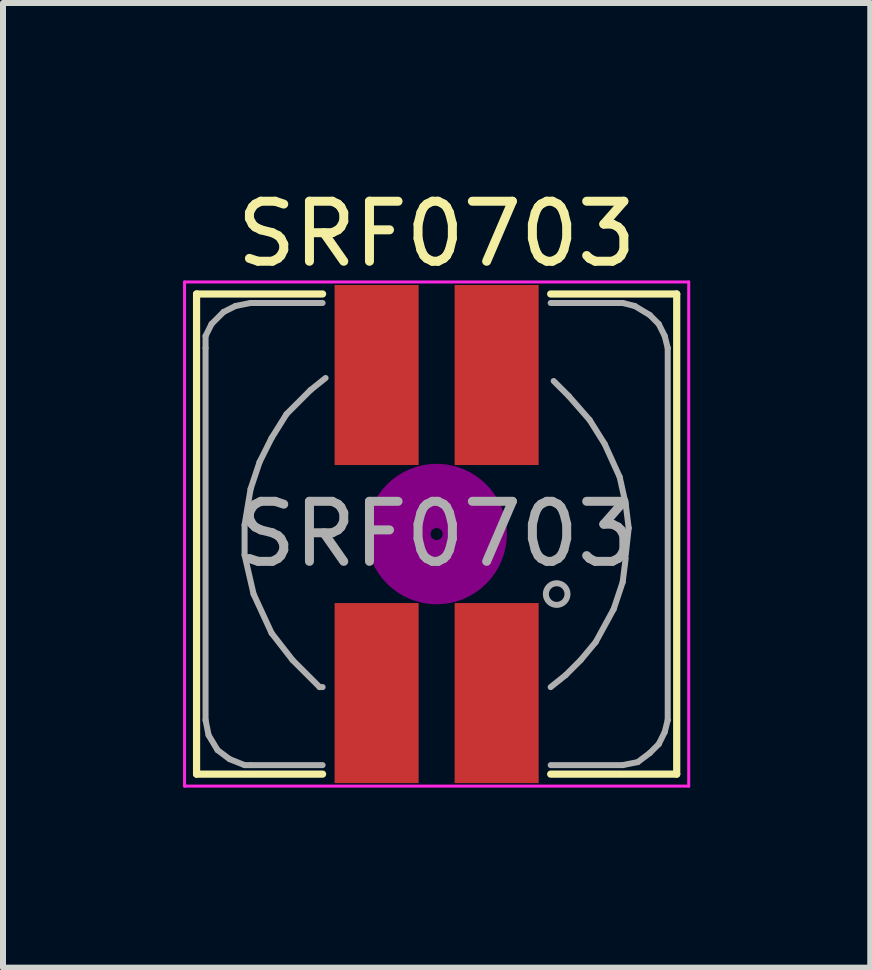
<source format=kicad_pcb>
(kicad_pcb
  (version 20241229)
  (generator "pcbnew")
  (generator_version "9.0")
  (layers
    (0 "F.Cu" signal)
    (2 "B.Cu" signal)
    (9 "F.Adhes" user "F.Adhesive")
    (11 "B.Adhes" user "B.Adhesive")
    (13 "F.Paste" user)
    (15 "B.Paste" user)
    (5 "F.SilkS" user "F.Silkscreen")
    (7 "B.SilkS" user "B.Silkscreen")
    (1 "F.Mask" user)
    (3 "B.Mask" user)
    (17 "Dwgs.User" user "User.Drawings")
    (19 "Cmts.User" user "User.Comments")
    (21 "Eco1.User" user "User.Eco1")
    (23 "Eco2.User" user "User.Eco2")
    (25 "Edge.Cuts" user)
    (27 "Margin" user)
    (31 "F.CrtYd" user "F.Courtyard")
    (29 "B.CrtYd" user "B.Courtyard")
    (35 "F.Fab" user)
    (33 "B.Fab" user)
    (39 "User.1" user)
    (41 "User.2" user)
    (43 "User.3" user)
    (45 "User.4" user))
  (footprint "SRF0703"
    (layer "F.Cu")
    (at 4.225 5.848)
    (property "Reference" "SRF0703" (at 0 -5 0) (layer "F.SilkS") (effects (font (size 1 1) (thickness 0.15))))
    (attr smd)
    (fp_line (start -4 -4) (end -1.9 -4) (stroke (width 0.12) (type solid)) (layer "F.SilkS"))
    (fp_line (start -4 4) (end -4 -4) (stroke (width 0.12) (type solid)) (layer "F.SilkS"))
    (fp_line (start -1.9 4) (end -4 4) (stroke (width 0.12) (type solid)) (layer "F.SilkS"))
    (fp_line (start 1.9 -4) (end 4 -4) (stroke (width 0.12) (type solid)) (layer "F.SilkS"))
    (fp_line (start 4 -4) (end 4 4) (stroke (width 0.12) (type solid)) (layer "F.SilkS"))
    (fp_line (start 4 4) (end 1.9 4) (stroke (width 0.12) (type solid)) (layer "F.SilkS"))
    (fp_circle (center 0 0) (end 0.1 0) (stroke (width 0.3) (type solid)) (fill no) (layer "F.Adhes"))
    (fp_circle (center 0 0) (end 0.3 -0.1) (stroke (width 0.3) (type solid)) (fill no) (layer "F.Adhes"))
    (fp_circle (center 0 0) (end 0.6 0) (stroke (width 0.3) (type solid)) (fill no) (layer "F.Adhes"))
    (fp_circle (center 0 0) (end 0.8 -0.1) (stroke (width 0.3) (type solid)) (fill no) (layer "F.Adhes"))
    (fp_circle (center 0 0) (end 1 -0.2) (stroke (width 0.3) (type solid)) (fill no) (layer "F.Adhes"))
    (fp_circle (center 0.8 0) (end 0.8 0) (stroke (width 0.3) (type solid)) (fill no) (layer "F.Adhes"))
    (fp_line (start -4.2 -4.2) (end 4.2 -4.2) (stroke (width 0.05) (type solid)) (layer "F.CrtYd"))
    (fp_line (start -4.2 4.2) (end -4.2 -4.2) (stroke (width 0.05) (type solid)) (layer "F.CrtYd"))
    (fp_line (start 4.2 -4.2) (end 4.2 4.2) (stroke (width 0.05) (type solid)) (layer "F.CrtYd"))
    (fp_line (start 4.2 4.2) (end -4.2 4.2) (stroke (width 0.05) (type solid)) (layer "F.CrtYd"))
    (fp_line (start -3.85 -3.3) (end -3.85 -3.1) (stroke (width 0.1) (type solid)) (layer "F.Fab"))
    (fp_line (start -3.85 -3.1) (end -3.85 3.1) (stroke (width 0.1) (type solid)) (layer "F.Fab"))
    (fp_line (start -3.85 3.1) (end -3.8 3.35) (stroke (width 0.1) (type solid)) (layer "F.Fab"))
    (fp_line (start -3.8 3.35) (end -3.65 3.6) (stroke (width 0.1) (type solid)) (layer "F.Fab"))
    (fp_line (start -3.75 -3.5) (end -3.85 -3.3) (stroke (width 0.1) (type solid)) (layer "F.Fab"))
    (fp_line (start -3.65 3.6) (end -3.45 3.75) (stroke (width 0.1) (type solid)) (layer "F.Fab"))
    (fp_line (start -3.55 -3.7) (end -3.75 -3.5) (stroke (width 0.1) (type solid)) (layer "F.Fab"))
    (fp_line (start -3.45 3.75) (end -3.2 3.85) (stroke (width 0.1) (type solid)) (layer "F.Fab"))
    (fp_line (start -3.35 -3.8) (end -3.55 -3.7) (stroke (width 0.1) (type solid)) (layer "F.Fab"))
    (fp_line (start -3.2 -0.15) (end -3.2 0.35) (stroke (width 0.1) (type solid)) (layer "F.Fab"))
    (fp_line (start -3.2 0.35) (end -3.05 1) (stroke (width 0.1) (type solid)) (layer "F.Fab"))
    (fp_line (start -3.2 3.85) (end -3.1 3.85) (stroke (width 0.1) (type solid)) (layer "F.Fab"))
    (fp_line (start -3.1 -3.85) (end -3.35 -3.8) (stroke (width 0.1) (type solid)) (layer "F.Fab"))
    (fp_line (start -3.1 -0.75) (end -3.2 -0.15) (stroke (width 0.1) (type solid)) (layer "F.Fab"))
    (fp_line (start -3.1 3.85) (end -1.9 3.85) (stroke (width 0.1) (type solid)) (layer "F.Fab"))
    (fp_line (start -3.05 1) (end -2.75 1.65) (stroke (width 0.1) (type solid)) (layer "F.Fab"))
    (fp_line (start -2.95 -1.2) (end -3.1 -0.75) (stroke (width 0.1) (type solid)) (layer "F.Fab"))
    (fp_line (start -2.75 -1.6) (end -2.95 -1.2) (stroke (width 0.1) (type solid)) (layer "F.Fab"))
    (fp_line (start -2.75 1.65) (end -2.4 2.1) (stroke (width 0.1) (type solid)) (layer "F.Fab"))
    (fp_line (start -2.5 -2) (end -2.75 -1.6) (stroke (width 0.1) (type solid)) (layer "F.Fab"))
    (fp_line (start -2.4 2.1) (end -1.95 2.55) (stroke (width 0.1) (type solid)) (layer "F.Fab"))
    (fp_line (start -2.1 -2.4) (end -2.5 -2) (stroke (width 0.1) (type solid)) (layer "F.Fab"))
    (fp_line (start -1.95 2.55) (end -1.9 2.55) (stroke (width 0.1) (type solid)) (layer "F.Fab"))
    (fp_line (start -1.9 -3.85) (end -3.1 -3.85) (stroke (width 0.1) (type solid)) (layer "F.Fab"))
    (fp_line (start -1.85 -2.6) (end -2.1 -2.4) (stroke (width 0.1) (type solid)) (layer "F.Fab"))
    (fp_line (start 1.9 -3.85) (end 3.1 -3.85) (stroke (width 0.1) (type solid)) (layer "F.Fab"))
    (fp_line (start 1.95 -2.55) (end 2.2 -2.3) (stroke (width 0.1) (type solid)) (layer "F.Fab"))
    (fp_line (start 2.15 2.35) (end 1.9 2.55) (stroke (width 0.1) (type solid)) (layer "F.Fab"))
    (fp_line (start 2.2 -2.3) (end 2.55 -1.9) (stroke (width 0.1) (type solid)) (layer "F.Fab"))
    (fp_line (start 2.4 2.1) (end 2.15 2.35) (stroke (width 0.1) (type solid)) (layer "F.Fab"))
    (fp_line (start 2.55 -1.9) (end 2.8 -1.5) (stroke (width 0.1) (type solid)) (layer "F.Fab"))
    (fp_line (start 2.65 1.8) (end 2.4 2.1) (stroke (width 0.1) (type solid)) (layer "F.Fab"))
    (fp_line (start 2.8 -1.5) (end 3.05 -0.95) (stroke (width 0.1) (type solid)) (layer "F.Fab"))
    (fp_line (start 2.95 1.25) (end 2.65 1.8) (stroke (width 0.1) (type solid)) (layer "F.Fab"))
    (fp_line (start 3.05 -0.95) (end 3.15 -0.5) (stroke (width 0.1) (type solid)) (layer "F.Fab"))
    (fp_line (start 3.1 -3.85) (end 3.3 -3.8) (stroke (width 0.1) (type solid)) (layer "F.Fab"))
    (fp_line (start 3.1 0.8) (end 2.95 1.25) (stroke (width 0.1) (type solid)) (layer "F.Fab"))
    (fp_line (start 3.1 3.85) (end 1.9 3.85) (stroke (width 0.1) (type solid)) (layer "F.Fab"))
    (fp_line (start 3.15 -0.5) (end 3.2 -0.1) (stroke (width 0.1) (type solid)) (layer "F.Fab"))
    (fp_line (start 3.15 0.4) (end 3.1 0.8) (stroke (width 0.1) (type solid)) (layer "F.Fab"))
    (fp_line (start 3.2 -0.1) (end 3.15 0.35) (stroke (width 0.1) (type solid)) (layer "F.Fab"))
    (fp_line (start 3.3 -3.8) (end 3.55 -3.65) (stroke (width 0.1) (type solid)) (layer "F.Fab"))
    (fp_line (start 3.35 3.8) (end 3.1 3.85) (stroke (width 0.1) (type solid)) (layer "F.Fab"))
    (fp_line (start 3.55 -3.65) (end 3.7 -3.5) (stroke (width 0.1) (type solid)) (layer "F.Fab"))
    (fp_line (start 3.55 3.65) (end 3.35 3.8) (stroke (width 0.1) (type solid)) (layer "F.Fab"))
    (fp_line (start 3.7 -3.5) (end 3.8 -3.3) (stroke (width 0.1) (type solid)) (layer "F.Fab"))
    (fp_line (start 3.7 3.5) (end 3.55 3.65) (stroke (width 0.1) (type solid)) (layer "F.Fab"))
    (fp_line (start 3.8 -3.3) (end 3.85 -3.1) (stroke (width 0.1) (type solid)) (layer "F.Fab"))
    (fp_line (start 3.8 3.3) (end 3.7 3.5) (stroke (width 0.1) (type solid)) (layer "F.Fab"))
    (fp_line (start 3.85 -3.1) (end 3.85 3.1) (stroke (width 0.1) (type solid)) (layer "F.Fab"))
    (fp_line (start 3.85 3.1) (end 3.8 3.3) (stroke (width 0.1) (type solid)) (layer "F.Fab"))
    (fp_circle (center 2 1) (end 2.15 0.9) (stroke (width 0.1) (type solid)) (fill no) (layer "F.Fab"))
    (fp_text user "${REFERENCE}" (at 0 0 0) (layer "F.Fab") (effects (font (size 1 1) (thickness 0.15))))
    (pad "1" smd rect (at -1 -2.65) (size 1.4 3) (layers "F.Cu" "F.Mask" "F.Paste"))
    (pad "2" smd rect (at 1 -2.65) (size 1.4 3) (layers "F.Cu" "F.Mask" "F.Paste"))
    (pad "3" smd rect (at 1 2.65) (size 1.4 3) (layers "F.Cu" "F.Mask" "F.Paste"))
    (pad "4" smd rect (at -1 2.65) (size 1.4 3) (layers "F.Cu" "F.Mask" "F.Paste")))
  (gr_rect
    (start -3 -3)
    (end 11.45 13.073)
    (stroke (width 0.1) (type default))
    (fill no)
    (layer "Edge.Cuts")))
</source>
